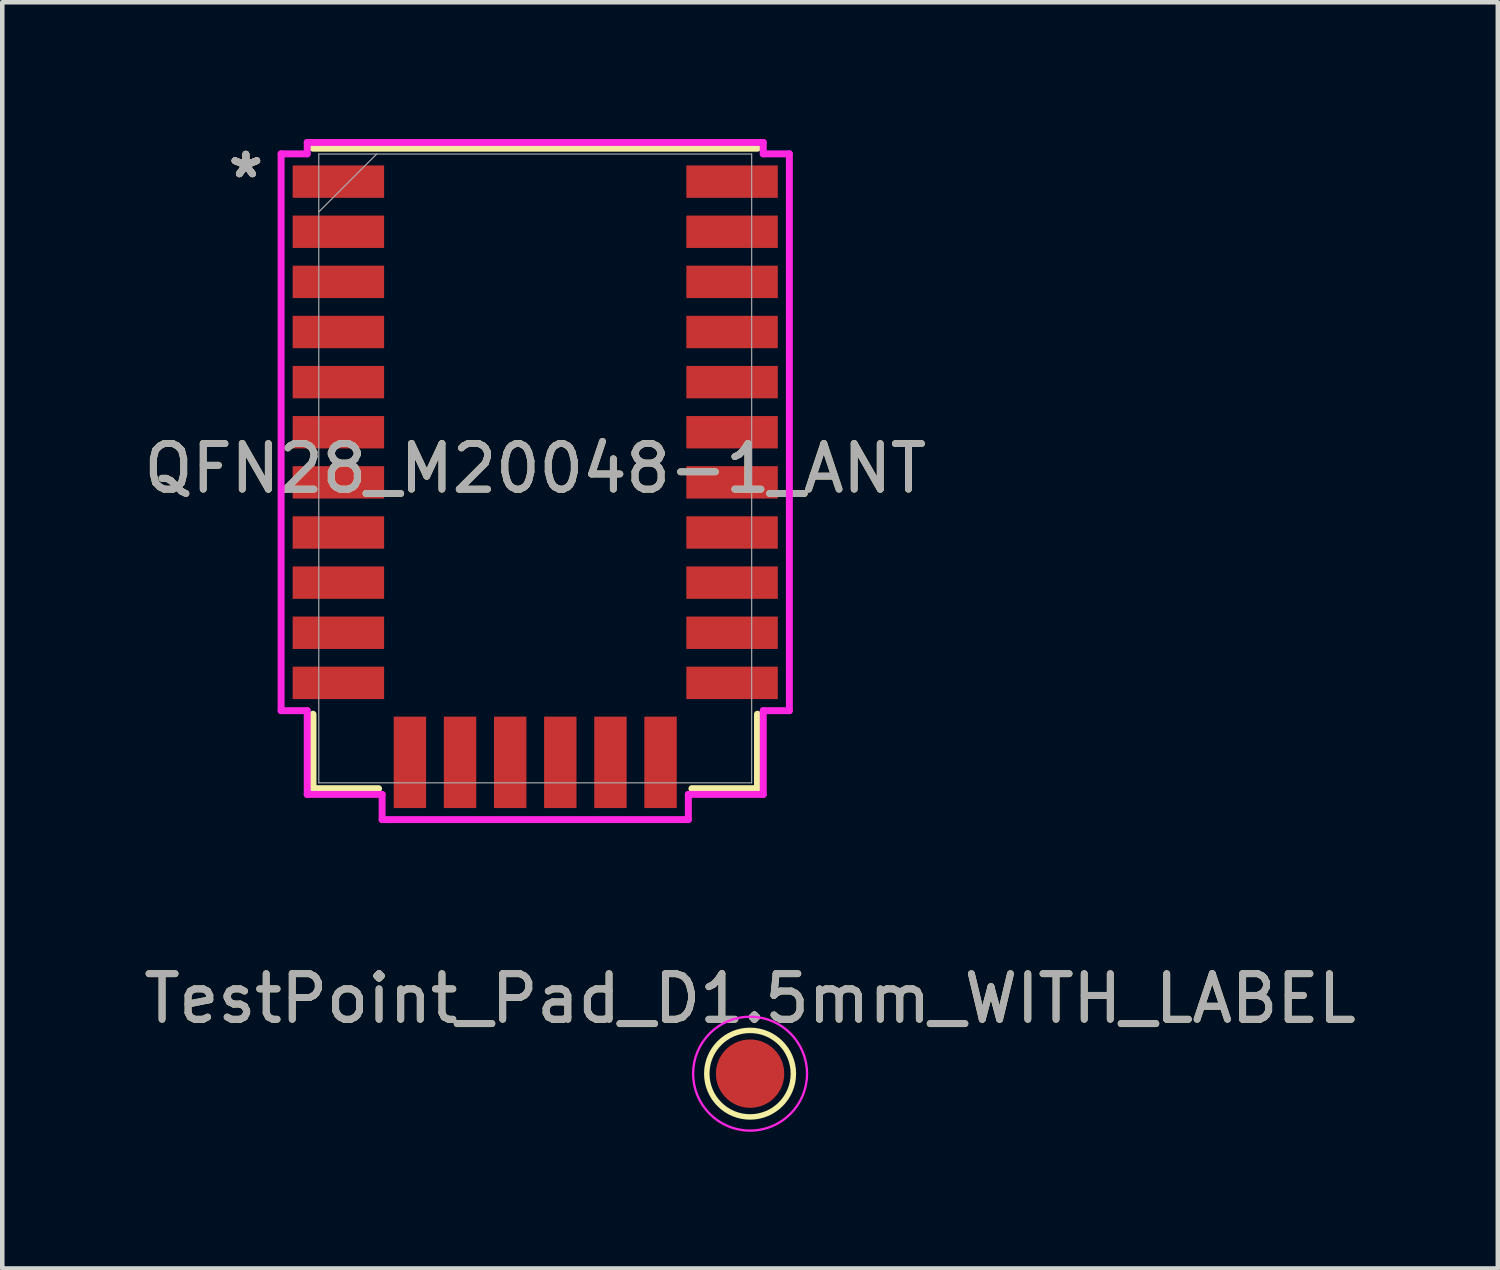
<source format=kicad_pcb>
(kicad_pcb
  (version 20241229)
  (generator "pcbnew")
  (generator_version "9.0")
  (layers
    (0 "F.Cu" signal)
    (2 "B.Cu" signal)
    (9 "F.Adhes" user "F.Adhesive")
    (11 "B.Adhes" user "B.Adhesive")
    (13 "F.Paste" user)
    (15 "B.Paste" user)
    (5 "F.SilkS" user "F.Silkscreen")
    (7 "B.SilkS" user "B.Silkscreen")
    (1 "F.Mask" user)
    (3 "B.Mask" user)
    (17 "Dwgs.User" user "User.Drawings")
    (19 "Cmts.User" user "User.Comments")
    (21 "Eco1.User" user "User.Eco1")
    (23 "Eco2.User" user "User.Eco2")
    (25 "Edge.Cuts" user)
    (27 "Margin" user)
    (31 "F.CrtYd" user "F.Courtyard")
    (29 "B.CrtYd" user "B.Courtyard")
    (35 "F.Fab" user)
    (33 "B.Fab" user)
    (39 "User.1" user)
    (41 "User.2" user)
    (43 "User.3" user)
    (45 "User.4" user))
  (footprint "TestPoint_Pad_D1.5mm_WITH_LABEL"
    (layer "F.Cu")
    (at 13.411 20.512)
    (property "Reference" "TestPoint_Pad_D1.5mm_WITH_LABEL" (at 0 -1.648 0) (layer "F.SilkS") (effects (font (size 1 1) (thickness 0.15))))
    (attr exclude_from_pos_files exclude_from_bom)
    (fp_circle (center 0 0) (end 0 0.95) (stroke (width 0.12) (type solid)) (fill no) (layer "F.SilkS"))
    (fp_circle (center 0 0) (end 1.25 0) (stroke (width 0.05) (type solid)) (fill no) (layer "F.CrtYd"))
    (fp_text user "${REFERENCE}" (at 0 -1.65 0) (layer "F.Fab") (effects (font (size 1 1) (thickness 0.15))))
    (pad "1" smd circle (at 0 0) (size 1.5 1.5) (layers "F.Cu" "F.Mask")))
  (footprint "QFN28_M20048-1_ANT"
    (layer "F.Cu")
    (at 8.696 7.23)
    (property "Reference" "QFN28_M20048-1_ANT" (at 0 0 0) (unlocked yes) (layer "F.SilkS") (effects (font (size 1 1) (thickness 0.15))))
    (attr smd)
    (fp_line (start -4.877 -7.027) (end 4.877 -7.027) (stroke (width 0.152) (type solid)) (layer "F.SilkS"))
    (fp_line (start -4.877 7.027) (end -4.877 5.394) (stroke (width 0.152) (type solid)) (layer "F.SilkS"))
    (fp_line (start -3.438 7.027) (end -4.877 7.027) (stroke (width 0.152) (type solid)) (layer "F.SilkS"))
    (fp_line (start 4.877 5.394) (end 4.877 7.027) (stroke (width 0.152) (type solid)) (layer "F.SilkS"))
    (fp_line (start 4.877 7.027) (end 3.438 7.027) (stroke (width 0.152) (type solid)) (layer "F.SilkS"))
    (fp_line (start -5.577 -6.904) (end -5.577 5.316) (stroke (width 0.152) (type solid)) (layer "F.CrtYd"))
    (fp_line (start -5.577 5.316) (end -5.004 5.316) (stroke (width 0.152) (type solid)) (layer "F.CrtYd"))
    (fp_line (start -5.004 -7.154) (end -5.004 -6.904) (stroke (width 0.152) (type solid)) (layer "F.CrtYd"))
    (fp_line (start -5.004 -6.904) (end -5.577 -6.904) (stroke (width 0.152) (type solid)) (layer "F.CrtYd"))
    (fp_line (start -5.004 5.316) (end -5.004 7.154) (stroke (width 0.152) (type solid)) (layer "F.CrtYd"))
    (fp_line (start -5.004 7.154) (end -3.36 7.154) (stroke (width 0.152) (type solid)) (layer "F.CrtYd"))
    (fp_line (start -3.36 7.154) (end -3.36 7.707) (stroke (width 0.152) (type solid)) (layer "F.CrtYd"))
    (fp_line (start -3.36 7.707) (end 3.36 7.707) (stroke (width 0.152) (type solid)) (layer "F.CrtYd"))
    (fp_line (start 3.36 7.154) (end 5.004 7.154) (stroke (width 0.152) (type solid)) (layer "F.CrtYd"))
    (fp_line (start 3.36 7.707) (end 3.36 7.154) (stroke (width 0.152) (type solid)) (layer "F.CrtYd"))
    (fp_line (start 5.004 -7.154) (end -5.004 -7.154) (stroke (width 0.152) (type solid)) (layer "F.CrtYd"))
    (fp_line (start 5.004 -6.904) (end 5.004 -7.154) (stroke (width 0.152) (type solid)) (layer "F.CrtYd"))
    (fp_line (start 5.004 5.316) (end 5.577 5.316) (stroke (width 0.152) (type solid)) (layer "F.CrtYd"))
    (fp_line (start 5.004 7.154) (end 5.004 5.316) (stroke (width 0.152) (type solid)) (layer "F.CrtYd"))
    (fp_line (start 5.577 -6.904) (end 5.004 -6.904) (stroke (width 0.152) (type solid)) (layer "F.CrtYd"))
    (fp_line (start 5.577 5.316) (end 5.577 -6.904) (stroke (width 0.152) (type solid)) (layer "F.CrtYd"))
    (fp_line (start -4.75 -6.9) (end -4.75 6.9) (stroke (width 0.025) (type solid)) (layer "F.Fab"))
    (fp_line (start -4.75 -5.63) (end -3.48 -6.9) (stroke (width 0.025) (type solid)) (layer "F.Fab"))
    (fp_line (start -4.75 6.9) (end 4.75 6.9) (stroke (width 0.025) (type solid)) (layer "F.Fab"))
    (fp_line (start 4.75 -6.9) (end -4.75 -6.9) (stroke (width 0.025) (type solid)) (layer "F.Fab"))
    (fp_line (start 4.75 6.9) (end 4.75 -6.9) (stroke (width 0.025) (type solid)) (layer "F.Fab"))
    (fp_text user "*" (at -6.35 -6.35 0) (unlocked yes) (layer "F.SilkS") (effects (font (size 1 1) (thickness 0.15))))
    (fp_text user "*" (at -6.35 -6.35 0) (layer "F.SilkS") (effects (font (size 1 1) (thickness 0.15))))
    (fp_text user "*" (at -6.35 -6.35 0) (unlocked yes) (layer "B.SilkS") (effects (font (size 1 1) (thickness 0.15))))
    (fp_text user "*" (at -6.35 -6.35 0) (layer "F.Fab") (effects (font (size 1 1) (thickness 0.15))))
    (fp_text user "${REFERENCE}" (at 0 0 0) (unlocked yes) (layer "F.Fab") (effects (font (size 1 1) (thickness 0.15))))
    (fp_text user "*" (at -6.35 -6.35 0) (unlocked yes) (layer "F.Fab") (effects (font (size 1 1) (thickness 0.15))))
    (pad "1" smd rect (at -4.32 -6.294) (size 2.007 0.711) (layers "F.Cu" "F.Mask" "F.Paste"))
    (pad "2" smd rect (at -4.32 -5.194) (size 2.007 0.711) (layers "F.Cu" "F.Mask" "F.Paste"))
    (pad "3" smd rect (at -4.32 -4.094) (size 2.007 0.711) (layers "F.Cu" "F.Mask" "F.Paste"))
    (pad "4" smd rect (at -4.32 -2.994) (size 2.007 0.711) (layers "F.Cu" "F.Mask" "F.Paste"))
    (pad "5" smd rect (at -4.32 -1.894) (size 2.007 0.711) (layers "F.Cu" "F.Mask" "F.Paste"))
    (pad "6" smd rect (at -4.32 -0.794) (size 2.007 0.711) (layers "F.Cu" "F.Mask" "F.Paste"))
    (pad "7" smd rect (at -4.32 0.306) (size 2.007 0.711) (layers "F.Cu" "F.Mask" "F.Paste"))
    (pad "8" smd rect (at -4.32 1.406) (size 2.007 0.711) (layers "F.Cu" "F.Mask" "F.Paste"))
    (pad "9" smd rect (at -4.32 2.506) (size 2.007 0.711) (layers "F.Cu" "F.Mask" "F.Paste"))
    (pad "10" smd rect (at -4.32 3.606) (size 2.007 0.711) (layers "F.Cu" "F.Mask" "F.Paste"))
    (pad "11" smd rect (at -4.32 4.706) (size 2.007 0.711) (layers "F.Cu" "F.Mask" "F.Paste"))
    (pad "12" smd rect (at -2.75 6.45 90) (size 2.007 0.711) (layers "F.Cu" "F.Mask" "F.Paste"))
    (pad "13" smd rect (at -1.65 6.45 90) (size 2.007 0.711) (layers "F.Cu" "F.Mask" "F.Paste"))
    (pad "14" smd rect (at -0.55 6.45 90) (size 2.007 0.711) (layers "F.Cu" "F.Mask" "F.Paste"))
    (pad "15" smd rect (at 0.55 6.45 90) (size 2.007 0.711) (layers "F.Cu" "F.Mask" "F.Paste"))
    (pad "16" smd rect (at 1.65 6.45 90) (size 2.007 0.711) (layers "F.Cu" "F.Mask" "F.Paste"))
    (pad "17" smd rect (at 2.75 6.45 90) (size 2.007 0.711) (layers "F.Cu" "F.Mask" "F.Paste"))
    (pad "18" smd rect (at 4.32 4.706) (size 2.007 0.711) (layers "F.Cu" "F.Mask" "F.Paste"))
    (pad "19" smd rect (at 4.32 3.606) (size 2.007 0.711) (layers "F.Cu" "F.Mask" "F.Paste"))
    (pad "20" smd rect (at 4.32 2.506) (size 2.007 0.711) (layers "F.Cu" "F.Mask" "F.Paste"))
    (pad "21" smd rect (at 4.32 1.406) (size 2.007 0.711) (layers "F.Cu" "F.Mask" "F.Paste"))
    (pad "22" smd rect (at 4.32 0.306) (size 2.007 0.711) (layers "F.Cu" "F.Mask" "F.Paste"))
    (pad "23" smd rect (at 4.32 -0.794) (size 2.007 0.711) (layers "F.Cu" "F.Mask" "F.Paste"))
    (pad "24" smd rect (at 4.32 -1.894) (size 2.007 0.711) (layers "F.Cu" "F.Mask" "F.Paste"))
    (pad "25" smd rect (at 4.32 -2.994) (size 2.007 0.711) (layers "F.Cu" "F.Mask" "F.Paste"))
    (pad "26" smd rect (at 4.32 -4.094) (size 2.007 0.711) (layers "F.Cu" "F.Mask" "F.Paste"))
    (pad "27" smd rect (at 4.32 -5.194) (size 2.007 0.711) (layers "F.Cu" "F.Mask" "F.Paste"))
    (pad "28" smd rect (at 4.32 -6.294) (size 2.007 0.711) (layers "F.Cu" "F.Mask" "F.Paste"))
    (zone (net_name "") (layers "F.Cu" "B.Cu") (hatch full 0.508) (connect_pads) (min_thickness 0.254) (filled_areas_thickness no) (keepout (tracks not_allowed) (vias not_allowed) (pads allowed) (copperpour not_allowed) (footprints allowed)) (placement (enabled no)) (fill) (polygon (pts (xy 5.696 0.33) (xy 11.696 0.33) (xy 11.696 5.2) (xy 5.696 5.2)))))
  (gr_rect
    (start -3 -3)
    (end 29.821 24.787)
    (stroke (width 0.1) (type default))
    (fill no)
    (layer "Edge.Cuts")))
</source>
